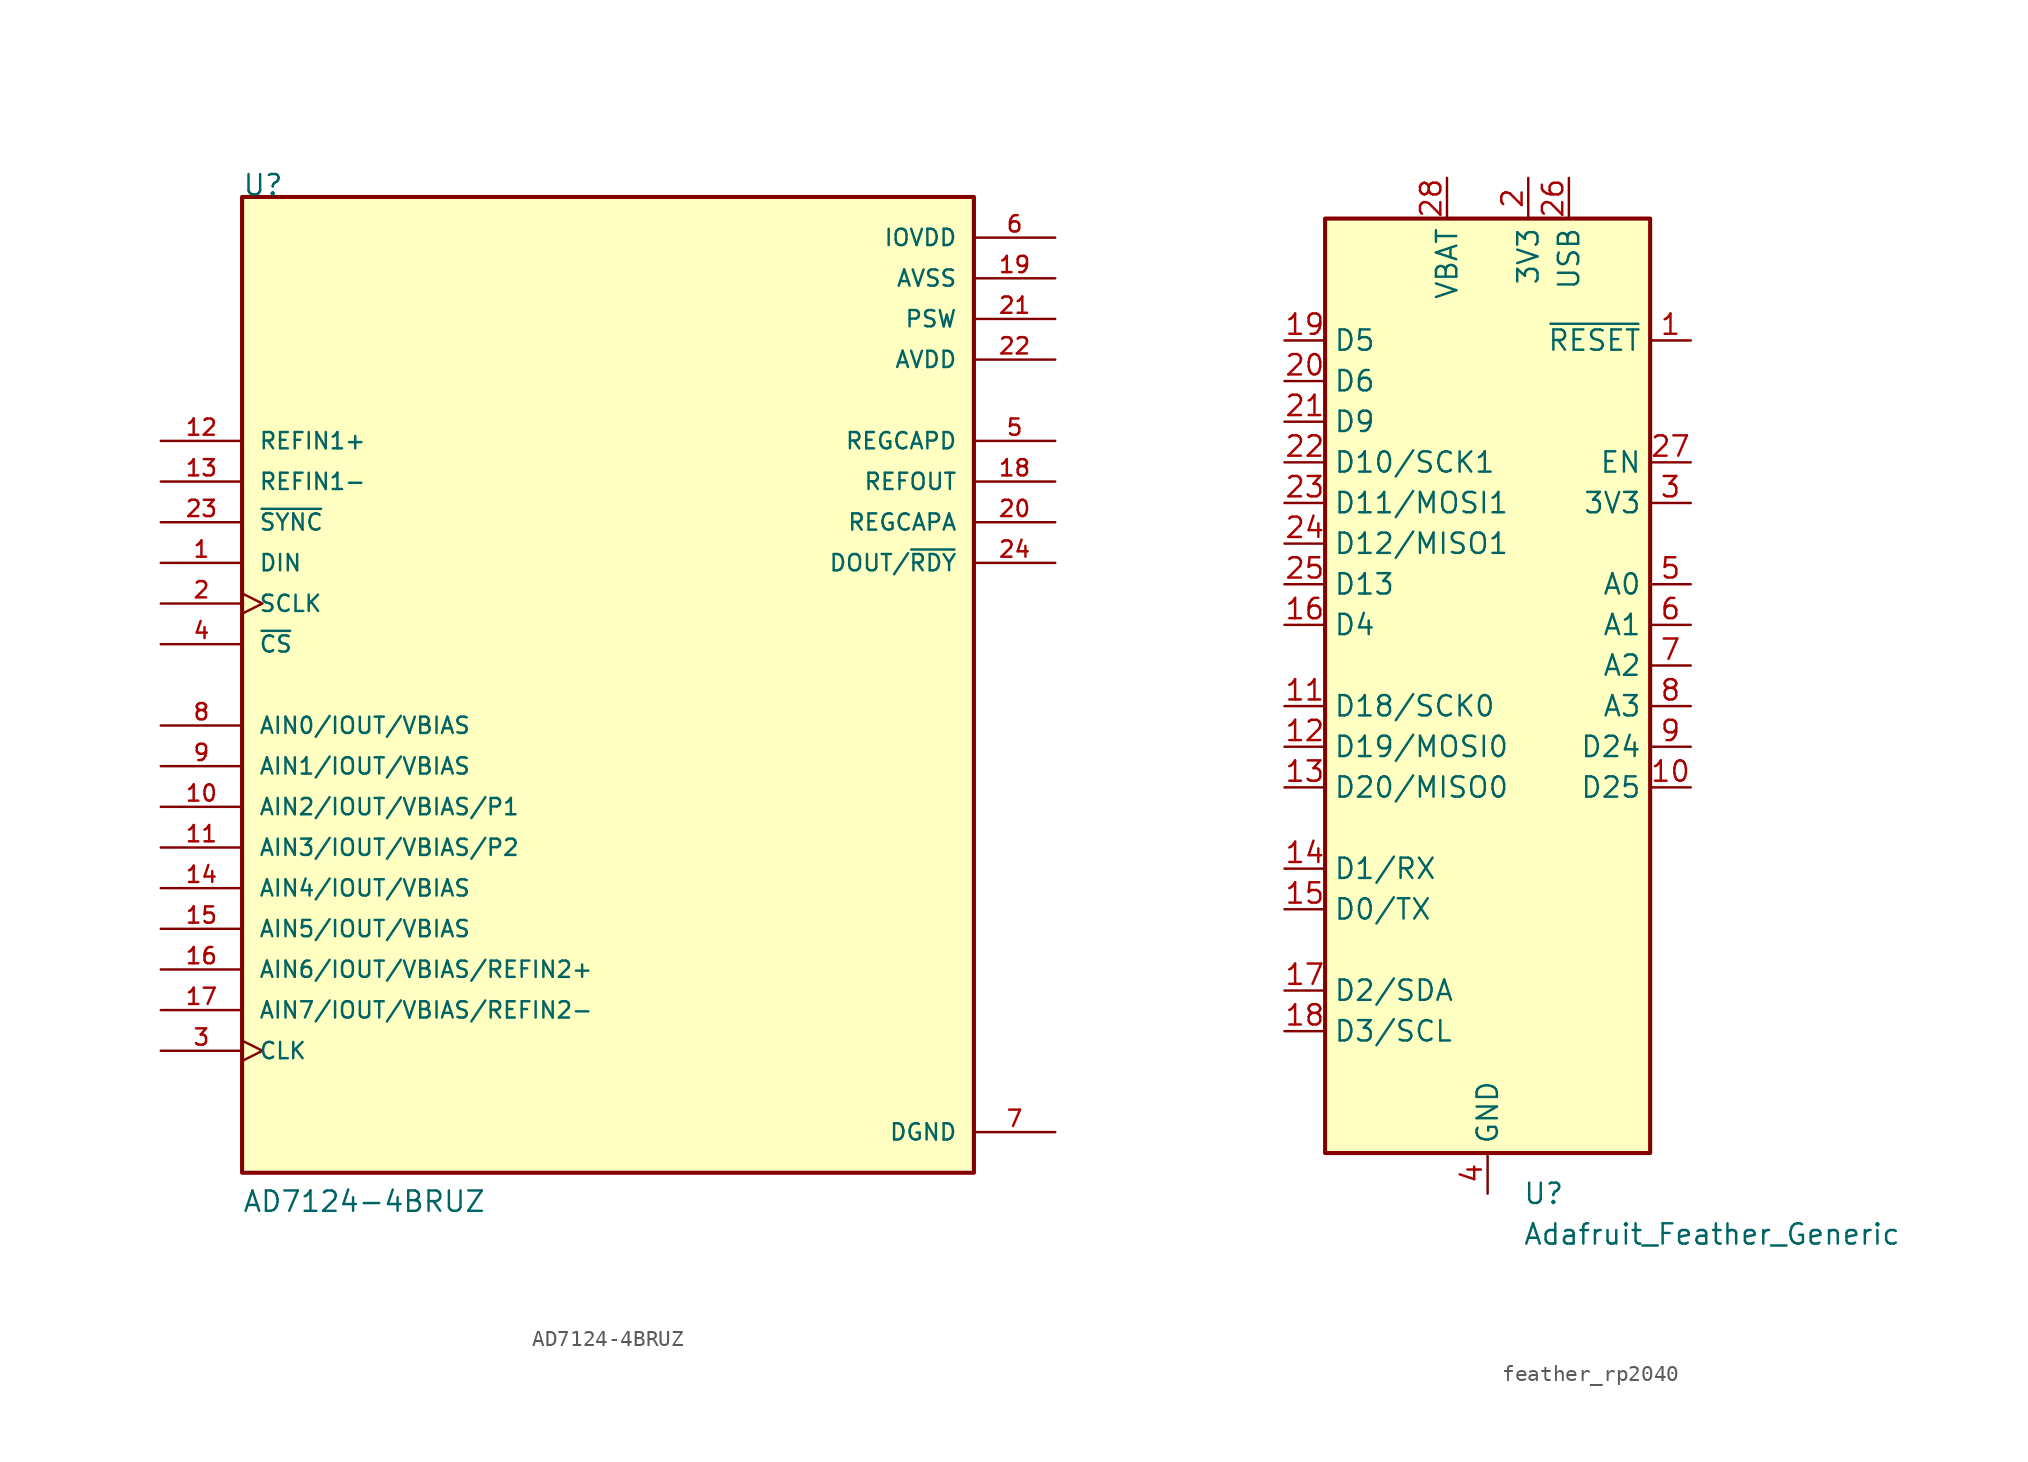
<source format=kicad_sym>
(kicad_symbol_lib
  (version 20220914)
  (generator kicad_symbol_editor)
  (symbol "AD7124-4BRUZ"
    (pin_names
      (offset 1.016))
    (property "Reference" "U"
      (at -22.86 30.48 0)
      (effects (font (size 1.27 1.27)) (justify left bottom)))
    (property "Value" "AD7124-4BRUZ"
      (at -22.86 -33.02 0)
      (effects (font (size 1.27 1.27)) (justify left bottom)))
    (symbol "AD7124-4BRUZ_0_0"
      (rectangle (start -22.86 -30.48) (end 22.86 30.48) (stroke (width 0.254) (type default)) (fill (type background)))
      (pin input line (at -27.94 7.62 0) (length 5.08) (name "DIN" (effects (font (size 1.016 1.016)))) (number "1" (effects (font (size 1.016 1.016)))))
      (pin bidirectional line (at -27.94 -7.62 0) (length 5.08) (name "AIN2/IOUT/VBIAS/P1" (effects (font (size 1.016 1.016)))) (number "10" (effects (font (size 1.016 1.016)))))
      (pin bidirectional line (at -27.94 -10.16 0) (length 5.08) (name "AIN3/IOUT/VBIAS/P2" (effects (font (size 1.016 1.016)))) (number "11" (effects (font (size 1.016 1.016)))))
      (pin input line (at -27.94 15.24 0) (length 5.08) (name "REFIN1+" (effects (font (size 1.016 1.016)))) (number "12" (effects (font (size 1.016 1.016)))))
      (pin input line (at -27.94 12.7 0) (length 5.08) (name "REFIN1-" (effects (font (size 1.016 1.016)))) (number "13" (effects (font (size 1.016 1.016)))))
      (pin bidirectional line (at -27.94 -12.7 0) (length 5.08) (name "AIN4/IOUT/VBIAS" (effects (font (size 1.016 1.016)))) (number "14" (effects (font (size 1.016 1.016)))))
      (pin bidirectional line (at -27.94 -15.24 0) (length 5.08) (name "AIN5/IOUT/VBIAS" (effects (font (size 1.016 1.016)))) (number "15" (effects (font (size 1.016 1.016)))))
      (pin bidirectional line (at -27.94 -17.78 0) (length 5.08) (name "AIN6/IOUT/VBIAS/REFIN2+" (effects (font (size 1.016 1.016)))) (number "16" (effects (font (size 1.016 1.016)))))
      (pin bidirectional line (at -27.94 -20.32 0) (length 5.08) (name "AIN7/IOUT/VBIAS/REFIN2-" (effects (font (size 1.016 1.016)))) (number "17" (effects (font (size 1.016 1.016)))))
      (pin output line (at 27.94 12.7 180) (length 5.08) (name "REFOUT" (effects (font (size 1.016 1.016)))) (number "18" (effects (font (size 1.016 1.016)))))
      (pin power_in line (at 27.94 25.4 180) (length 5.08) (name "AVSS" (effects (font (size 1.016 1.016)))) (number "19" (effects (font (size 1.016 1.016)))))
      (pin input clock (at -27.94 5.08 0) (length 5.08) (name "SCLK" (effects (font (size 1.016 1.016)))) (number "2" (effects (font (size 1.016 1.016)))))
      (pin output line (at 27.94 10.16 180) (length 5.08) (name "REGCAPA" (effects (font (size 1.016 1.016)))) (number "20" (effects (font (size 1.016 1.016)))))
      (pin power_in line (at 27.94 22.86 180) (length 5.08) (name "PSW" (effects (font (size 1.016 1.016)))) (number "21" (effects (font (size 1.016 1.016)))))
      (pin power_in line (at 27.94 20.32 180) (length 5.08) (name "AVDD" (effects (font (size 1.016 1.016)))) (number "22" (effects (font (size 1.016 1.016)))))
      (pin input line (at -27.94 10.16 0) (length 5.08) (name "~{SYNC}" (effects (font (size 1.016 1.016)))) (number "23" (effects (font (size 1.016 1.016)))))
      (pin output line (at 27.94 7.62 180) (length 5.08) (name "DOUT/~{RDY}" (effects (font (size 1.016 1.016)))) (number "24" (effects (font (size 1.016 1.016)))))
      (pin bidirectional clock (at -27.94 -22.86 0) (length 5.08) (name "CLK" (effects (font (size 1.016 1.016)))) (number "3" (effects (font (size 1.016 1.016)))))
      (pin input line (at -27.94 2.54 0) (length 5.08) (name "~{CS}" (effects (font (size 1.016 1.016)))) (number "4" (effects (font (size 1.016 1.016)))))
      (pin output line (at 27.94 15.24 180) (length 5.08) (name "REGCAPD" (effects (font (size 1.016 1.016)))) (number "5" (effects (font (size 1.016 1.016)))))
      (pin power_in line (at 27.94 27.94 180) (length 5.08) (name "IOVDD" (effects (font (size 1.016 1.016)))) (number "6" (effects (font (size 1.016 1.016)))))
      (pin power_in line (at 27.94 -27.94 180) (length 5.08) (name "DGND" (effects (font (size 1.016 1.016)))) (number "7" (effects (font (size 1.016 1.016)))))
      (pin bidirectional line (at -27.94 -2.54 0) (length 5.08) (name "AIN0/IOUT/VBIAS" (effects (font (size 1.016 1.016)))) (number "8" (effects (font (size 1.016 1.016)))))
      (pin bidirectional line (at -27.94 -5.08 0) (length 5.08) (name "AIN1/IOUT/VBIAS" (effects (font (size 1.016 1.016)))) (number "9" (effects (font (size 1.016 1.016)))))))
  (symbol "feather_rp2040"
    (property "Reference" "U"
      (at 2.194 -33.02 0)
      (effects (font (size 1.27 1.27)) (justify left)))
    (property "Value" "Adafruit_Feather_Generic"
      (at 2.194 -35.56 0)
      (effects (font (size 1.27 1.27)) (justify left)))
    (symbol "feather_rp2040_0_1"
      (rectangle (start -10.16 27.94) (end 10.16 -30.48) (stroke (width 0.254) (type default)) (fill (type background))))
    (symbol "feather_rp2040_1_1"
      (pin input line (at 12.7 20.32 180) (length 2.54) (name "~{RESET}" (effects (font (size 1.27 1.27)))) (number "1" (effects (font (size 1.27 1.27)))))
      (pin bidirectional line (at 12.7 -7.62 180) (length 2.54) (name "D25" (effects (font (size 1.27 1.27)))) (number "10" (effects (font (size 1.27 1.27)))))
      (pin bidirectional line (at -12.7 -2.54 0) (length 2.54) (name "D18/SCK0" (effects (font (size 1.27 1.27)))) (number "11" (effects (font (size 1.27 1.27)))))
      (pin bidirectional line (at -12.7 -5.08 0) (length 2.54) (name "D19/MOSI0" (effects (font (size 1.27 1.27)))) (number "12" (effects (font (size 1.27 1.27)))))
      (pin bidirectional line (at -12.7 -7.62 0) (length 2.54) (name "D20/MISO0" (effects (font (size 1.27 1.27)))) (number "13" (effects (font (size 1.27 1.27)))))
      (pin bidirectional line (at -12.7 -12.7 0) (length 2.54) (name "D1/RX" (effects (font (size 1.27 1.27)))) (number "14" (effects (font (size 1.27 1.27)))))
      (pin bidirectional line (at -12.7 -15.24 0) (length 2.54) (name "D0/TX" (effects (font (size 1.27 1.27)))) (number "15" (effects (font (size 1.27 1.27)))))
      (pin bidirectional line (at -12.7 2.54 0) (length 2.54) (name "D4" (effects (font (size 1.27 1.27)))) (number "16" (effects (font (size 1.27 1.27)))))
      (pin bidirectional line (at -12.7 -20.32 0) (length 2.54) (name "D2/SDA" (effects (font (size 1.27 1.27)))) (number "17" (effects (font (size 1.27 1.27)))))
      (pin bidirectional line (at -12.7 -22.86 0) (length 2.54) (name "D3/SCL" (effects (font (size 1.27 1.27)))) (number "18" (effects (font (size 1.27 1.27)))))
      (pin bidirectional line (at -12.7 20.32 0) (length 2.54) (name "D5" (effects (font (size 1.27 1.27)))) (number "19" (effects (font (size 1.27 1.27)))))
      (pin power_in line (at 2.54 30.48 270) (length 2.54) (name "3V3" (effects (font (size 1.27 1.27)))) (number "2" (effects (font (size 1.27 1.27)))))
      (pin bidirectional line (at -12.7 17.78 0) (length 2.54) (name "D6" (effects (font (size 1.27 1.27)))) (number "20" (effects (font (size 1.27 1.27)))))
      (pin bidirectional line (at -12.7 15.24 0) (length 2.54) (name "D9" (effects (font (size 1.27 1.27)))) (number "21" (effects (font (size 1.27 1.27)))))
      (pin bidirectional line (at -12.7 12.7 0) (length 2.54) (name "D10/SCK1" (effects (font (size 1.27 1.27)))) (number "22" (effects (font (size 1.27 1.27)))))
      (pin bidirectional line (at -12.7 10.16 0) (length 2.54) (name "D11/MOSI1" (effects (font (size 1.27 1.27)))) (number "23" (effects (font (size 1.27 1.27)))))
      (pin bidirectional line (at -12.7 7.62 0) (length 2.54) (name "D12/MISO1" (effects (font (size 1.27 1.27)))) (number "24" (effects (font (size 1.27 1.27)))))
      (pin bidirectional line (at -12.7 5.08 0) (length 2.54) (name "D13" (effects (font (size 1.27 1.27)))) (number "25" (effects (font (size 1.27 1.27)))))
      (pin power_in line (at 5.08 30.48 270) (length 2.54) (name "USB" (effects (font (size 1.27 1.27)))) (number "26" (effects (font (size 1.27 1.27)))))
      (pin input line (at 12.7 12.7 180) (length 2.54) (name "EN" (effects (font (size 1.27 1.27)))) (number "27" (effects (font (size 1.27 1.27)))))
      (pin power_in line (at -2.54 30.48 270) (length 2.54) (name "VBAT" (effects (font (size 1.27 1.27)))) (number "28" (effects (font (size 1.27 1.27)))))
      (pin input line (at 12.7 10.16 180) (length 2.54) (name "3V3" (effects (font (size 1.27 1.27)))) (number "3" (effects (font (size 1.27 1.27)))))
      (pin power_in line (at 0 -33.02 90) (length 2.54) (name "GND" (effects (font (size 1.27 1.27)))) (number "4" (effects (font (size 1.27 1.27)))))
      (pin bidirectional line (at 12.7 5.08 180) (length 2.54) (name "A0" (effects (font (size 1.27 1.27)))) (number "5" (effects (font (size 1.27 1.27)))))
      (pin bidirectional line (at 12.7 2.54 180) (length 2.54) (name "A1" (effects (font (size 1.27 1.27)))) (number "6" (effects (font (size 1.27 1.27)))))
      (pin bidirectional line (at 12.7 0 180) (length 2.54) (name "A2" (effects (font (size 1.27 1.27)))) (number "7" (effects (font (size 1.27 1.27)))))
      (pin bidirectional line (at 12.7 -2.54 180) (length 2.54) (name "A3" (effects (font (size 1.27 1.27)))) (number "8" (effects (font (size 1.27 1.27)))))
      (pin bidirectional line (at 12.7 -5.08 180) (length 2.54) (name "D24" (effects (font (size 1.27 1.27)))) (number "9" (effects (font (size 1.27 1.27))))))))
</source>
